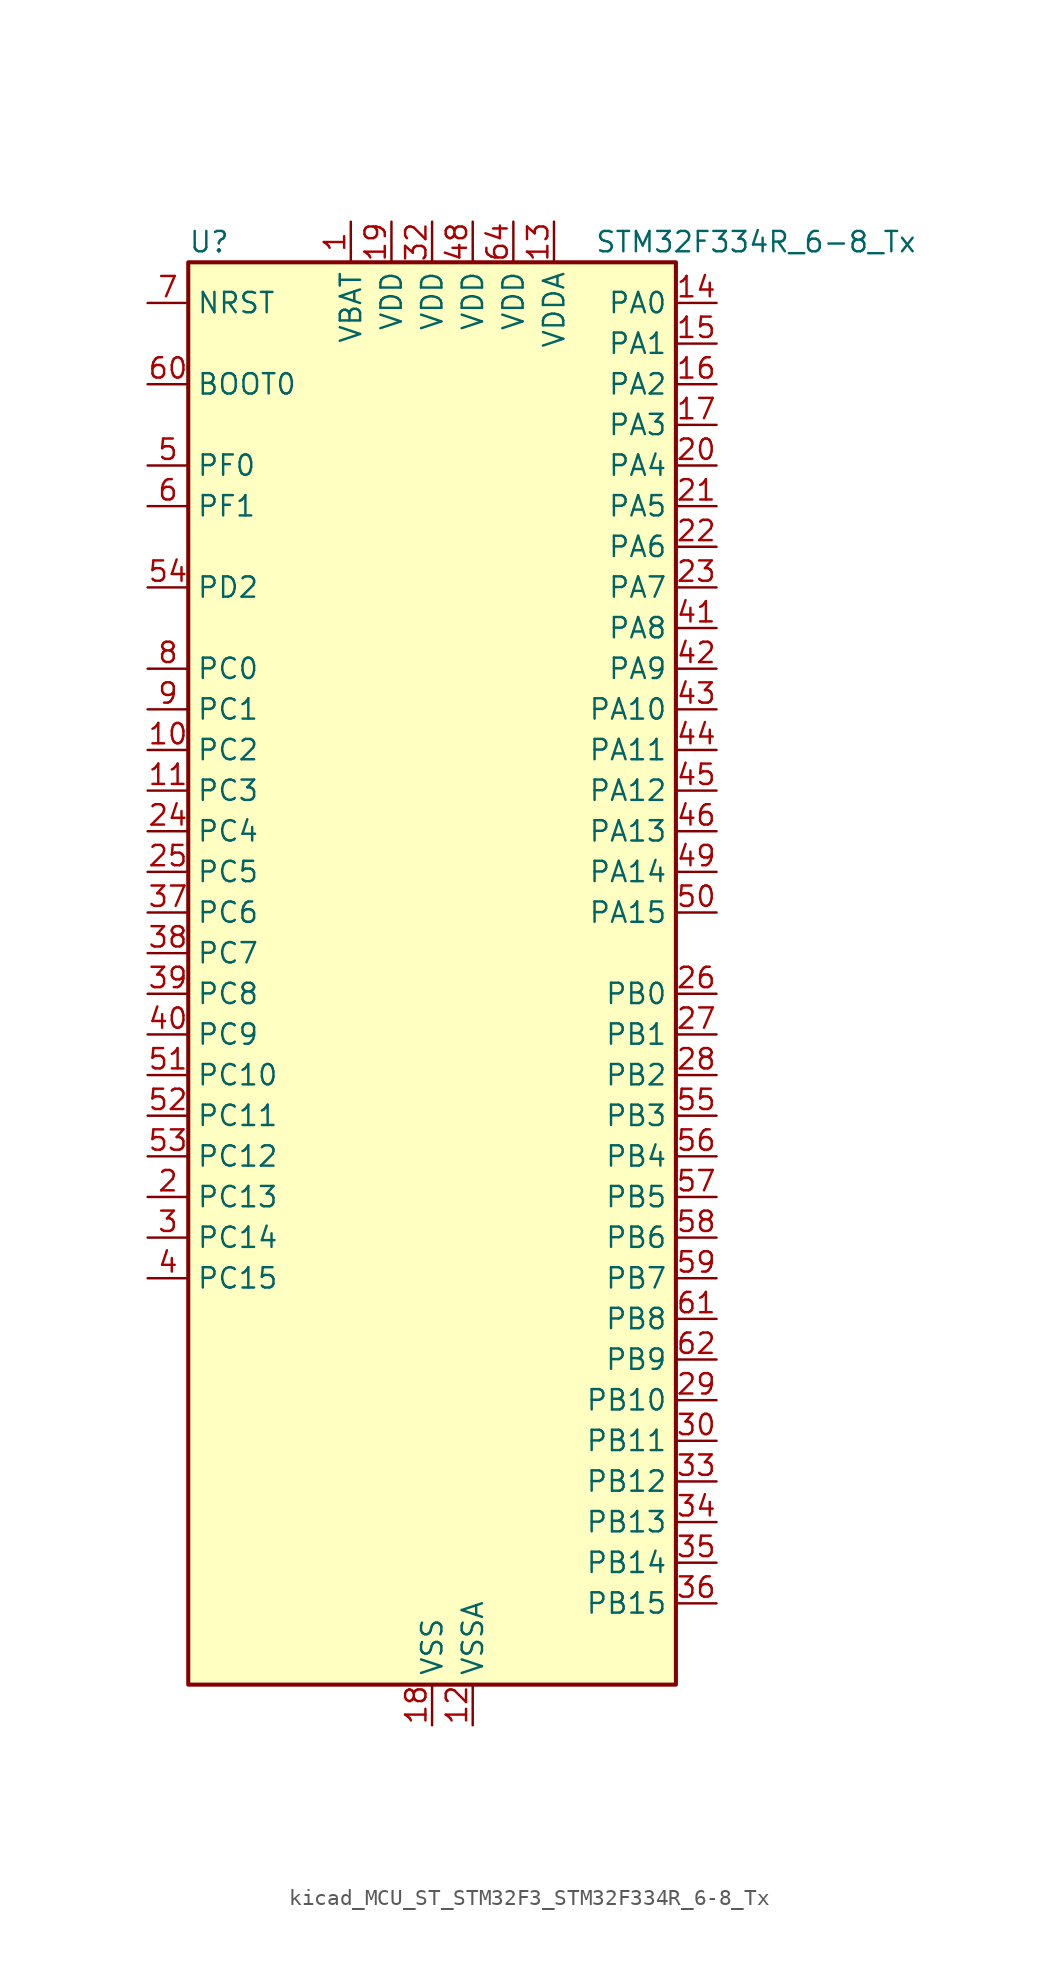
<source format=kicad_sym>
(kicad_symbol_lib
  (version 20220914)
  (generator kicad_symbol_editor)
  (symbol "kicad_MCU_ST_STM32F3_STM32F334R_6-8_Tx"
    (property "Reference" "U"
      (at -15.24 46.99 0)
      (effects (font (size 1.27 1.27)) (justify left)))
    (property "Value" "STM32F334R_6-8_Tx"
      (at 10.16 46.99 0)
      (effects (font (size 1.27 1.27)) (justify left)))
    (property "ki_locked" ""
      (at 0 0 0)
      (effects (font (size 1.27 1.27))))
    (symbol "kicad_MCU_ST_STM32F3_STM32F334R_6-8_Tx_0_1"
      (rectangle (start -15.24 -43.18) (end 15.24 45.72) (stroke (width 0.254) (type default)) (fill (type background))))
    (symbol "kicad_MCU_ST_STM32F3_STM32F334R_6-8_Tx_1_1"
      (pin power_in line (at -5.08 48.26 270) (length 2.54) (name "VBAT" (effects (font (size 1.27 1.27)))) (number "1" (effects (font (size 1.27 1.27)))))
      (pin bidirectional line (at -17.78 15.24 0) (length 2.54) (name "PC2" (effects (font (size 1.27 1.27)))) (number "10" (effects (font (size 1.27 1.27)))) (alternate "ADC1_IN8" bidirectional line) (alternate "ADC2_IN8" bidirectional line) (alternate "TIM1_CH3" bidirectional line))
      (pin bidirectional line (at -17.78 12.7 0) (length 2.54) (name "PC3" (effects (font (size 1.27 1.27)))) (number "11" (effects (font (size 1.27 1.27)))) (alternate "ADC1_IN9" bidirectional line) (alternate "ADC2_IN9" bidirectional line) (alternate "TIM1_BKIN2" bidirectional line) (alternate "TIM1_CH4" bidirectional line))
      (pin power_in line (at 2.54 -45.72 90) (length 2.54) (name "VSSA" (effects (font (size 1.27 1.27)))) (number "12" (effects (font (size 1.27 1.27)))))
      (pin power_in line (at 7.62 48.26 270) (length 2.54) (name "VDDA" (effects (font (size 1.27 1.27)))) (number "13" (effects (font (size 1.27 1.27)))))
      (pin bidirectional line (at 17.78 43.18 180) (length 2.54) (name "PA0" (effects (font (size 1.27 1.27)))) (number "14" (effects (font (size 1.27 1.27)))) (alternate "ADC1_IN1" bidirectional line) (alternate "RTC_TAMP2" bidirectional line) (alternate "SYS_WKUP1" bidirectional line) (alternate "TIM2_CH1" bidirectional line) (alternate "TIM2_ETR" bidirectional line) (alternate "TSC_G1_IO1" bidirectional line) (alternate "USART2_CTS" bidirectional line))
      (pin bidirectional line (at 17.78 40.64 180) (length 2.54) (name "PA1" (effects (font (size 1.27 1.27)))) (number "15" (effects (font (size 1.27 1.27)))) (alternate "ADC1_IN2" bidirectional line) (alternate "RTC_REFIN" bidirectional line) (alternate "TIM15_CH1N" bidirectional line) (alternate "TIM2_CH2" bidirectional line) (alternate "TSC_G1_IO2" bidirectional line) (alternate "USART2_DE" bidirectional line) (alternate "USART2_RTS" bidirectional line))
      (pin bidirectional line (at 17.78 38.1 180) (length 2.54) (name "PA2" (effects (font (size 1.27 1.27)))) (number "16" (effects (font (size 1.27 1.27)))) (alternate "ADC1_IN3" bidirectional line) (alternate "COMP2_INM" bidirectional line) (alternate "COMP2_OUT" bidirectional line) (alternate "TIM15_CH1" bidirectional line) (alternate "TIM2_CH3" bidirectional line) (alternate "TSC_G1_IO3" bidirectional line) (alternate "USART2_TX" bidirectional line))
      (pin bidirectional line (at 17.78 35.56 180) (length 2.54) (name "PA3" (effects (font (size 1.27 1.27)))) (number "17" (effects (font (size 1.27 1.27)))) (alternate "ADC1_IN4" bidirectional line) (alternate "TIM15_CH2" bidirectional line) (alternate "TIM2_CH4" bidirectional line) (alternate "TSC_G1_IO4" bidirectional line) (alternate "USART2_RX" bidirectional line))
      (pin power_in line (at 0 -45.72 90) (length 2.54) (name "VSS" (effects (font (size 1.27 1.27)))) (number "18" (effects (font (size 1.27 1.27)))))
      (pin power_in line (at -2.54 48.26 270) (length 2.54) (name "VDD" (effects (font (size 1.27 1.27)))) (number "19" (effects (font (size 1.27 1.27)))))
      (pin bidirectional line (at -17.78 -12.7 0) (length 2.54) (name "PC13" (effects (font (size 1.27 1.27)))) (number "2" (effects (font (size 1.27 1.27)))) (alternate "RTC_OUT_ALARM" bidirectional line) (alternate "RTC_OUT_CALIB" bidirectional line) (alternate "RTC_TAMP1" bidirectional line) (alternate "RTC_TS" bidirectional line) (alternate "SYS_WKUP2" bidirectional line) (alternate "TIM1_CH1N" bidirectional line))
      (pin bidirectional line (at 17.78 33.02 180) (length 2.54) (name "PA4" (effects (font (size 1.27 1.27)))) (number "20" (effects (font (size 1.27 1.27)))) (alternate "ADC2_IN1" bidirectional line) (alternate "COMP2_INM" bidirectional line) (alternate "COMP4_INM" bidirectional line) (alternate "COMP6_INM" bidirectional line) (alternate "DAC1_OUT1" bidirectional line) (alternate "SPI1_NSS" bidirectional line) (alternate "TIM3_CH2" bidirectional line) (alternate "TSC_G2_IO1" bidirectional line) (alternate "USART2_CK" bidirectional line))
      (pin bidirectional line (at 17.78 30.48 180) (length 2.54) (name "PA5" (effects (font (size 1.27 1.27)))) (number "21" (effects (font (size 1.27 1.27)))) (alternate "ADC2_IN2" bidirectional line) (alternate "DAC1_OUT2" bidirectional line) (alternate "OPAMP2_VINM" bidirectional line) (alternate "OPAMP2_VINM_SEC" bidirectional line) (alternate "SPI1_SCK" bidirectional line) (alternate "TIM2_CH1" bidirectional line) (alternate "TIM2_ETR" bidirectional line) (alternate "TSC_G2_IO2" bidirectional line))
      (pin bidirectional line (at 17.78 27.94 180) (length 2.54) (name "PA6" (effects (font (size 1.27 1.27)))) (number "22" (effects (font (size 1.27 1.27)))) (alternate "ADC2_IN3" bidirectional line) (alternate "DAC2_OUT1" bidirectional line) (alternate "OPAMP2_DIG" bidirectional line) (alternate "OPAMP2_VOUT" bidirectional line) (alternate "SPI1_MISO" bidirectional line) (alternate "TIM16_CH1" bidirectional line) (alternate "TIM1_BKIN" bidirectional line) (alternate "TIM3_CH1" bidirectional line) (alternate "TSC_G2_IO3" bidirectional line))
      (pin bidirectional line (at 17.78 25.4 180) (length 2.54) (name "PA7" (effects (font (size 1.27 1.27)))) (number "23" (effects (font (size 1.27 1.27)))) (alternate "ADC2_IN4" bidirectional line) (alternate "COMP2_INP" bidirectional line) (alternate "OPAMP2_VINP" bidirectional line) (alternate "OPAMP2_VINP_SEC" bidirectional line) (alternate "SPI1_MOSI" bidirectional line) (alternate "TIM17_CH1" bidirectional line) (alternate "TIM1_CH1N" bidirectional line) (alternate "TIM3_CH2" bidirectional line) (alternate "TSC_G2_IO4" bidirectional line))
      (pin bidirectional line (at -17.78 10.16 0) (length 2.54) (name "PC4" (effects (font (size 1.27 1.27)))) (number "24" (effects (font (size 1.27 1.27)))) (alternate "ADC2_IN5" bidirectional line) (alternate "TIM1_ETR" bidirectional line) (alternate "USART1_TX" bidirectional line))
      (pin bidirectional line (at -17.78 7.62 0) (length 2.54) (name "PC5" (effects (font (size 1.27 1.27)))) (number "25" (effects (font (size 1.27 1.27)))) (alternate "ADC2_IN11" bidirectional line) (alternate "OPAMP2_VINM" bidirectional line) (alternate "OPAMP2_VINM_SEC" bidirectional line) (alternate "TIM15_BKIN" bidirectional line) (alternate "TSC_G3_IO1" bidirectional line) (alternate "USART1_RX" bidirectional line))
      (pin bidirectional line (at 17.78 0 180) (length 2.54) (name "PB0" (effects (font (size 1.27 1.27)))) (number "26" (effects (font (size 1.27 1.27)))) (alternate "ADC1_IN11" bidirectional line) (alternate "COMP4_INP" bidirectional line) (alternate "OPAMP2_VINP" bidirectional line) (alternate "OPAMP2_VINP_SEC" bidirectional line) (alternate "TIM1_CH2N" bidirectional line) (alternate "TIM3_CH3" bidirectional line) (alternate "TSC_G3_IO2" bidirectional line))
      (pin bidirectional line (at 17.78 -2.54 180) (length 2.54) (name "PB1" (effects (font (size 1.27 1.27)))) (number "27" (effects (font (size 1.27 1.27)))) (alternate "ADC1_IN12" bidirectional line) (alternate "COMP4_OUT" bidirectional line) (alternate "HRTIM1_SCOUT" bidirectional line) (alternate "TIM1_CH3N" bidirectional line) (alternate "TIM3_CH4" bidirectional line) (alternate "TSC_G3_IO3" bidirectional line))
      (pin bidirectional line (at 17.78 -5.08 180) (length 2.54) (name "PB2" (effects (font (size 1.27 1.27)))) (number "28" (effects (font (size 1.27 1.27)))) (alternate "ADC2_IN12" bidirectional line) (alternate "COMP4_INM" bidirectional line) (alternate "HRTIM1_SCIN" bidirectional line) (alternate "TSC_G3_IO4" bidirectional line))
      (pin bidirectional line (at 17.78 -25.4 180) (length 2.54) (name "PB10" (effects (font (size 1.27 1.27)))) (number "29" (effects (font (size 1.27 1.27)))) (alternate "HRTIM1_FLT3" bidirectional line) (alternate "TIM2_CH3" bidirectional line) (alternate "TSC_SYNC" bidirectional line) (alternate "USART3_TX" bidirectional line))
      (pin bidirectional line (at -17.78 -15.24 0) (length 2.54) (name "PC14" (effects (font (size 1.27 1.27)))) (number "3" (effects (font (size 1.27 1.27)))) (alternate "RCC_OSC32_IN" bidirectional line))
      (pin bidirectional line (at 17.78 -27.94 180) (length 2.54) (name "PB11" (effects (font (size 1.27 1.27)))) (number "30" (effects (font (size 1.27 1.27)))) (alternate "ADC1_EXTI11" bidirectional line) (alternate "ADC2_EXTI11" bidirectional line) (alternate "COMP6_INP" bidirectional line) (alternate "HRTIM1_FLT4" bidirectional line) (alternate "TIM2_CH4" bidirectional line) (alternate "TSC_G6_IO1" bidirectional line) (alternate "USART3_RX" bidirectional line))
      (pin passive line (at 0 -45.72 90) (length 2.54) hide (name "VSS" (effects (font (size 1.27 1.27)))) (number "31" (effects (font (size 1.27 1.27)))))
      (pin power_in line (at 0 48.26 270) (length 2.54) (name "VDD" (effects (font (size 1.27 1.27)))) (number "32" (effects (font (size 1.27 1.27)))))
      (pin bidirectional line (at 17.78 -30.48 180) (length 2.54) (name "PB12" (effects (font (size 1.27 1.27)))) (number "33" (effects (font (size 1.27 1.27)))) (alternate "ADC2_IN13" bidirectional line) (alternate "HRTIM1_CHC1" bidirectional line) (alternate "TIM1_BKIN" bidirectional line) (alternate "TSC_G6_IO2" bidirectional line) (alternate "USART3_CK" bidirectional line))
      (pin bidirectional line (at 17.78 -33.02 180) (length 2.54) (name "PB13" (effects (font (size 1.27 1.27)))) (number "34" (effects (font (size 1.27 1.27)))) (alternate "ADC1_IN13" bidirectional line) (alternate "HRTIM1_CHC2" bidirectional line) (alternate "TIM1_CH1N" bidirectional line) (alternate "TSC_G6_IO3" bidirectional line) (alternate "USART3_CTS" bidirectional line))
      (pin bidirectional line (at 17.78 -35.56 180) (length 2.54) (name "PB14" (effects (font (size 1.27 1.27)))) (number "35" (effects (font (size 1.27 1.27)))) (alternate "ADC2_IN14" bidirectional line) (alternate "HRTIM1_CHD1" bidirectional line) (alternate "OPAMP2_VINP" bidirectional line) (alternate "OPAMP2_VINP_SEC" bidirectional line) (alternate "TIM15_CH1" bidirectional line) (alternate "TIM1_CH2N" bidirectional line) (alternate "TSC_G6_IO4" bidirectional line) (alternate "USART3_DE" bidirectional line) (alternate "USART3_RTS" bidirectional line))
      (pin bidirectional line (at 17.78 -38.1 180) (length 2.54) (name "PB15" (effects (font (size 1.27 1.27)))) (number "36" (effects (font (size 1.27 1.27)))) (alternate "ADC1_EXTI15" bidirectional line) (alternate "ADC2_EXTI15" bidirectional line) (alternate "ADC2_IN15" bidirectional line) (alternate "COMP6_INM" bidirectional line) (alternate "HRTIM1_CHD2" bidirectional line) (alternate "RTC_REFIN" bidirectional line) (alternate "TIM15_CH1N" bidirectional line) (alternate "TIM15_CH2" bidirectional line) (alternate "TIM1_CH3N" bidirectional line))
      (pin bidirectional line (at -17.78 5.08 0) (length 2.54) (name "PC6" (effects (font (size 1.27 1.27)))) (number "37" (effects (font (size 1.27 1.27)))) (alternate "COMP6_OUT" bidirectional line) (alternate "HRTIM1_EEV10" bidirectional line) (alternate "TIM3_CH1" bidirectional line))
      (pin bidirectional line (at -17.78 2.54 0) (length 2.54) (name "PC7" (effects (font (size 1.27 1.27)))) (number "38" (effects (font (size 1.27 1.27)))) (alternate "HRTIM1_FLT5" bidirectional line) (alternate "TIM3_CH2" bidirectional line))
      (pin bidirectional line (at -17.78 0 0) (length 2.54) (name "PC8" (effects (font (size 1.27 1.27)))) (number "39" (effects (font (size 1.27 1.27)))) (alternate "HRTIM1_CHE1" bidirectional line) (alternate "TIM3_CH3" bidirectional line))
      (pin bidirectional line (at -17.78 -17.78 0) (length 2.54) (name "PC15" (effects (font (size 1.27 1.27)))) (number "4" (effects (font (size 1.27 1.27)))) (alternate "ADC1_EXTI15" bidirectional line) (alternate "ADC2_EXTI15" bidirectional line) (alternate "RCC_OSC32_OUT" bidirectional line))
      (pin bidirectional line (at -17.78 -2.54 0) (length 2.54) (name "PC9" (effects (font (size 1.27 1.27)))) (number "40" (effects (font (size 1.27 1.27)))) (alternate "DAC1_EXTI9" bidirectional line) (alternate "DAC2_EXTI9" bidirectional line) (alternate "HRTIM1_CHE2" bidirectional line) (alternate "TIM3_CH4" bidirectional line))
      (pin bidirectional line (at 17.78 22.86 180) (length 2.54) (name "PA8" (effects (font (size 1.27 1.27)))) (number "41" (effects (font (size 1.27 1.27)))) (alternate "HRTIM1_CHA1" bidirectional line) (alternate "RCC_MCO" bidirectional line) (alternate "TIM1_CH1" bidirectional line) (alternate "USART1_CK" bidirectional line))
      (pin bidirectional line (at 17.78 20.32 180) (length 2.54) (name "PA9" (effects (font (size 1.27 1.27)))) (number "42" (effects (font (size 1.27 1.27)))) (alternate "DAC1_EXTI9" bidirectional line) (alternate "DAC2_EXTI9" bidirectional line) (alternate "HRTIM1_CHA2" bidirectional line) (alternate "TIM15_BKIN" bidirectional line) (alternate "TIM1_CH2" bidirectional line) (alternate "TIM2_CH3" bidirectional line) (alternate "TSC_G4_IO1" bidirectional line) (alternate "USART1_TX" bidirectional line))
      (pin bidirectional line (at 17.78 17.78 180) (length 2.54) (name "PA10" (effects (font (size 1.27 1.27)))) (number "43" (effects (font (size 1.27 1.27)))) (alternate "COMP6_OUT" bidirectional line) (alternate "HRTIM1_CHB1" bidirectional line) (alternate "TIM17_BKIN" bidirectional line) (alternate "TIM1_CH3" bidirectional line) (alternate "TIM2_CH4" bidirectional line) (alternate "TSC_G4_IO2" bidirectional line) (alternate "USART1_RX" bidirectional line))
      (pin bidirectional line (at 17.78 15.24 180) (length 2.54) (name "PA11" (effects (font (size 1.27 1.27)))) (number "44" (effects (font (size 1.27 1.27)))) (alternate "ADC1_EXTI11" bidirectional line) (alternate "ADC2_EXTI11" bidirectional line) (alternate "CAN_RX" bidirectional line) (alternate "HRTIM1_CHB2" bidirectional line) (alternate "TIM1_BKIN2" bidirectional line) (alternate "TIM1_CH1N" bidirectional line) (alternate "TIM1_CH4" bidirectional line) (alternate "USART1_CTS" bidirectional line))
      (pin bidirectional line (at 17.78 12.7 180) (length 2.54) (name "PA12" (effects (font (size 1.27 1.27)))) (number "45" (effects (font (size 1.27 1.27)))) (alternate "CAN_TX" bidirectional line) (alternate "COMP2_OUT" bidirectional line) (alternate "HRTIM1_FLT1" bidirectional line) (alternate "TIM16_CH1" bidirectional line) (alternate "TIM1_CH2N" bidirectional line) (alternate "TIM1_ETR" bidirectional line) (alternate "USART1_DE" bidirectional line) (alternate "USART1_RTS" bidirectional line))
      (pin bidirectional line (at 17.78 10.16 180) (length 2.54) (name "PA13" (effects (font (size 1.27 1.27)))) (number "46" (effects (font (size 1.27 1.27)))) (alternate "IR_OUT" bidirectional line) (alternate "SYS_JTMS-SWDIO" bidirectional line) (alternate "TIM16_CH1N" bidirectional line) (alternate "TSC_G4_IO3" bidirectional line) (alternate "USART3_CTS" bidirectional line))
      (pin passive line (at 0 -45.72 90) (length 2.54) hide (name "VSS" (effects (font (size 1.27 1.27)))) (number "47" (effects (font (size 1.27 1.27)))))
      (pin power_in line (at 2.54 48.26 270) (length 2.54) (name "VDD" (effects (font (size 1.27 1.27)))) (number "48" (effects (font (size 1.27 1.27)))))
      (pin bidirectional line (at 17.78 7.62 180) (length 2.54) (name "PA14" (effects (font (size 1.27 1.27)))) (number "49" (effects (font (size 1.27 1.27)))) (alternate "I2C1_SDA" bidirectional line) (alternate "SYS_JTCK-SWCLK" bidirectional line) (alternate "TIM1_BKIN" bidirectional line) (alternate "TSC_G4_IO4" bidirectional line) (alternate "USART2_TX" bidirectional line))
      (pin bidirectional line (at -17.78 33.02 0) (length 2.54) (name "PF0" (effects (font (size 1.27 1.27)))) (number "5" (effects (font (size 1.27 1.27)))) (alternate "RCC_OSC_IN" bidirectional line) (alternate "TIM1_CH3N" bidirectional line))
      (pin bidirectional line (at 17.78 5.08 180) (length 2.54) (name "PA15" (effects (font (size 1.27 1.27)))) (number "50" (effects (font (size 1.27 1.27)))) (alternate "ADC1_EXTI15" bidirectional line) (alternate "ADC2_EXTI15" bidirectional line) (alternate "HRTIM1_FLT2" bidirectional line) (alternate "I2C1_SCL" bidirectional line) (alternate "SPI1_NSS" bidirectional line) (alternate "SYS_JTDI" bidirectional line) (alternate "TIM1_BKIN" bidirectional line) (alternate "TIM2_CH1" bidirectional line) (alternate "TIM2_ETR" bidirectional line) (alternate "TSC_SYNC" bidirectional line) (alternate "USART2_RX" bidirectional line))
      (pin bidirectional line (at -17.78 -5.08 0) (length 2.54) (name "PC10" (effects (font (size 1.27 1.27)))) (number "51" (effects (font (size 1.27 1.27)))) (alternate "USART3_TX" bidirectional line))
      (pin bidirectional line (at -17.78 -7.62 0) (length 2.54) (name "PC11" (effects (font (size 1.27 1.27)))) (number "52" (effects (font (size 1.27 1.27)))) (alternate "ADC1_EXTI11" bidirectional line) (alternate "ADC2_EXTI11" bidirectional line) (alternate "HRTIM1_EEV2" bidirectional line) (alternate "USART3_RX" bidirectional line))
      (pin bidirectional line (at -17.78 -10.16 0) (length 2.54) (name "PC12" (effects (font (size 1.27 1.27)))) (number "53" (effects (font (size 1.27 1.27)))) (alternate "HRTIM1_EEV1" bidirectional line) (alternate "USART3_CK" bidirectional line))
      (pin bidirectional line (at -17.78 25.4 0) (length 2.54) (name "PD2" (effects (font (size 1.27 1.27)))) (number "54" (effects (font (size 1.27 1.27)))) (alternate "TIM3_ETR" bidirectional line))
      (pin bidirectional line (at 17.78 -7.62 180) (length 2.54) (name "PB3" (effects (font (size 1.27 1.27)))) (number "55" (effects (font (size 1.27 1.27)))) (alternate "HRTIM1_EEV9" bidirectional line) (alternate "HRTIM1_SCOUT" bidirectional line) (alternate "SPI1_SCK" bidirectional line) (alternate "SYS_JTDO-TRACESWO" bidirectional line) (alternate "TIM2_CH2" bidirectional line) (alternate "TIM3_ETR" bidirectional line) (alternate "TSC_G5_IO1" bidirectional line) (alternate "USART2_TX" bidirectional line))
      (pin bidirectional line (at 17.78 -10.16 180) (length 2.54) (name "PB4" (effects (font (size 1.27 1.27)))) (number "56" (effects (font (size 1.27 1.27)))) (alternate "HRTIM1_EEV7" bidirectional line) (alternate "SPI1_MISO" bidirectional line) (alternate "SYS_NJTRST" bidirectional line) (alternate "TIM16_CH1" bidirectional line) (alternate "TIM17_BKIN" bidirectional line) (alternate "TIM3_CH1" bidirectional line) (alternate "TSC_G5_IO2" bidirectional line) (alternate "USART2_RX" bidirectional line))
      (pin bidirectional line (at 17.78 -12.7 180) (length 2.54) (name "PB5" (effects (font (size 1.27 1.27)))) (number "57" (effects (font (size 1.27 1.27)))) (alternate "HRTIM1_EEV6" bidirectional line) (alternate "I2C1_SMBA" bidirectional line) (alternate "SPI1_MOSI" bidirectional line) (alternate "TIM16_BKIN" bidirectional line) (alternate "TIM17_CH1" bidirectional line) (alternate "TIM3_CH2" bidirectional line) (alternate "USART2_CK" bidirectional line))
      (pin bidirectional line (at 17.78 -15.24 180) (length 2.54) (name "PB6" (effects (font (size 1.27 1.27)))) (number "58" (effects (font (size 1.27 1.27)))) (alternate "HRTIM1_EEV4" bidirectional line) (alternate "HRTIM1_SCIN" bidirectional line) (alternate "I2C1_SCL" bidirectional line) (alternate "TIM16_CH1N" bidirectional line) (alternate "TSC_G5_IO3" bidirectional line) (alternate "USART1_TX" bidirectional line))
      (pin bidirectional line (at 17.78 -17.78 180) (length 2.54) (name "PB7" (effects (font (size 1.27 1.27)))) (number "59" (effects (font (size 1.27 1.27)))) (alternate "HRTIM1_EEV3" bidirectional line) (alternate "I2C1_SDA" bidirectional line) (alternate "TIM17_CH1N" bidirectional line) (alternate "TIM3_CH4" bidirectional line) (alternate "TSC_G5_IO4" bidirectional line) (alternate "USART1_RX" bidirectional line))
      (pin bidirectional line (at -17.78 30.48 0) (length 2.54) (name "PF1" (effects (font (size 1.27 1.27)))) (number "6" (effects (font (size 1.27 1.27)))) (alternate "RCC_OSC_OUT" bidirectional line))
      (pin input line (at -17.78 38.1 0) (length 2.54) (name "BOOT0" (effects (font (size 1.27 1.27)))) (number "60" (effects (font (size 1.27 1.27)))))
      (pin bidirectional line (at 17.78 -20.32 180) (length 2.54) (name "PB8" (effects (font (size 1.27 1.27)))) (number "61" (effects (font (size 1.27 1.27)))) (alternate "CAN_RX" bidirectional line) (alternate "HRTIM1_EEV8" bidirectional line) (alternate "I2C1_SCL" bidirectional line) (alternate "TIM16_CH1" bidirectional line) (alternate "TIM1_BKIN" bidirectional line) (alternate "TSC_SYNC" bidirectional line) (alternate "USART3_RX" bidirectional line))
      (pin bidirectional line (at 17.78 -22.86 180) (length 2.54) (name "PB9" (effects (font (size 1.27 1.27)))) (number "62" (effects (font (size 1.27 1.27)))) (alternate "CAN_TX" bidirectional line) (alternate "COMP2_OUT" bidirectional line) (alternate "DAC1_EXTI9" bidirectional line) (alternate "DAC2_EXTI9" bidirectional line) (alternate "HRTIM1_EEV5" bidirectional line) (alternate "I2C1_SDA" bidirectional line) (alternate "IR_OUT" bidirectional line) (alternate "TIM17_CH1" bidirectional line) (alternate "USART3_TX" bidirectional line))
      (pin passive line (at 0 -45.72 90) (length 2.54) hide (name "VSS" (effects (font (size 1.27 1.27)))) (number "63" (effects (font (size 1.27 1.27)))))
      (pin power_in line (at 5.08 48.26 270) (length 2.54) (name "VDD" (effects (font (size 1.27 1.27)))) (number "64" (effects (font (size 1.27 1.27)))))
      (pin input line (at -17.78 43.18 0) (length 2.54) (name "NRST" (effects (font (size 1.27 1.27)))) (number "7" (effects (font (size 1.27 1.27)))))
      (pin bidirectional line (at -17.78 20.32 0) (length 2.54) (name "PC0" (effects (font (size 1.27 1.27)))) (number "8" (effects (font (size 1.27 1.27)))) (alternate "ADC1_IN6" bidirectional line) (alternate "ADC2_IN6" bidirectional line) (alternate "TIM1_CH1" bidirectional line))
      (pin bidirectional line (at -17.78 17.78 0) (length 2.54) (name "PC1" (effects (font (size 1.27 1.27)))) (number "9" (effects (font (size 1.27 1.27)))) (alternate "ADC1_IN7" bidirectional line) (alternate "ADC2_IN7" bidirectional line) (alternate "TIM1_CH2" bidirectional line)))))
</source>
